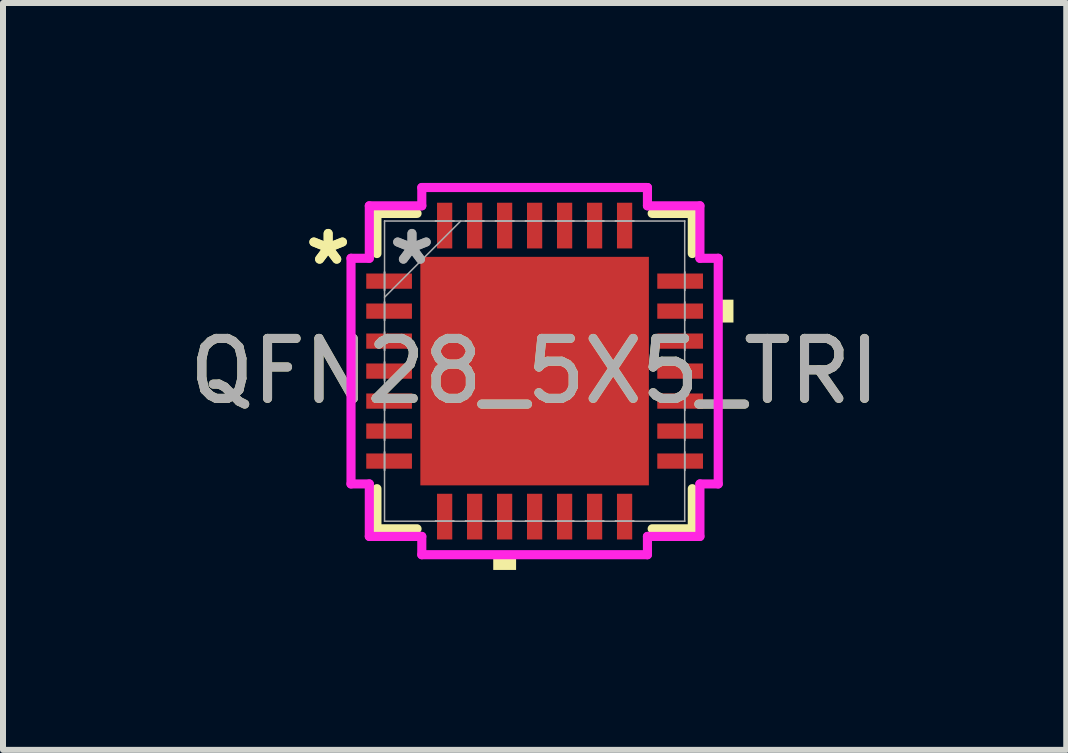
<source format=kicad_pcb>
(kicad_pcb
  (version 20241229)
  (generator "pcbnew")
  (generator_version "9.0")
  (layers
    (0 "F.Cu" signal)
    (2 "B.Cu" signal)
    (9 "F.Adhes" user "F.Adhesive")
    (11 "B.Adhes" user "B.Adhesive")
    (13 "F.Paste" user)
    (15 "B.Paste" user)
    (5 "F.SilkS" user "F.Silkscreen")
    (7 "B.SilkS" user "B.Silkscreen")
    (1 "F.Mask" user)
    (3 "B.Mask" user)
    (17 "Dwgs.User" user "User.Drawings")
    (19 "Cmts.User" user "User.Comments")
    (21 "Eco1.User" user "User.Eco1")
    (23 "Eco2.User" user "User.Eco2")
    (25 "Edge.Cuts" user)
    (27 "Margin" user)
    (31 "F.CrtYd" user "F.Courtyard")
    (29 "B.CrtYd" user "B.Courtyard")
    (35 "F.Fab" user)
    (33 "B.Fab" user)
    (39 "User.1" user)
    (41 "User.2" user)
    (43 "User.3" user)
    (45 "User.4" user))
  (footprint "QFN28_5X5_TRI"
    (layer "F.Cu")
    (at 5.863 3.137)
    (property "Reference" "QFN28_5X5_TRI" (at 0 0 0) (unlocked yes) (layer "F.SilkS") (effects (font (size 1 1) (thickness 0.15))))
    (attr smd)
    (fp_line (start -2.629 -2.629) (end -2.629 -1.96) (stroke (width 0.152) (type solid)) (layer "F.SilkS"))
    (fp_line (start -2.629 1.96) (end -2.629 2.629) (stroke (width 0.152) (type solid)) (layer "F.SilkS"))
    (fp_line (start -2.629 2.629) (end -1.96 2.629) (stroke (width 0.152) (type solid)) (layer "F.SilkS"))
    (fp_line (start -1.96 -2.629) (end -2.629 -2.629) (stroke (width 0.152) (type solid)) (layer "F.SilkS"))
    (fp_line (start 1.96 2.629) (end 2.629 2.629) (stroke (width 0.152) (type solid)) (layer "F.SilkS"))
    (fp_line (start 2.629 -2.629) (end 1.96 -2.629) (stroke (width 0.152) (type solid)) (layer "F.SilkS"))
    (fp_line (start 2.629 -1.96) (end 2.629 -2.629) (stroke (width 0.152) (type solid)) (layer "F.SilkS"))
    (fp_line (start 2.629 2.629) (end 2.629 1.96) (stroke (width 0.152) (type solid)) (layer "F.SilkS"))
    (fp_poly (pts (xy -0.69 3.061) (xy -0.69 3.315) (xy -0.309 3.315) (xy -0.309 3.061)) (stroke (width 0) (type solid)) (fill yes) (layer "F.SilkS"))
    (fp_poly (pts (xy 3.315 -1.191) (xy 3.315 -0.81) (xy 3.061 -0.81) (xy 3.061 -1.191)) (stroke (width 0) (type solid)) (fill yes) (layer "F.SilkS"))
    (fp_poly (pts (xy -1.805 -1.805) (xy -1.805 -0.735) (xy -0.735 -0.735) (xy -0.735 -1.805)) (stroke (width 0) (type solid)) (fill yes) (layer "F.Paste"))
    (fp_poly (pts (xy -1.805 -0.535) (xy -1.805 0.535) (xy -0.735 0.535) (xy -0.735 -0.535)) (stroke (width 0) (type solid)) (fill yes) (layer "F.Paste"))
    (fp_poly (pts (xy -1.805 0.735) (xy -1.805 1.805) (xy -0.735 1.805) (xy -0.735 0.735)) (stroke (width 0) (type solid)) (fill yes) (layer "F.Paste"))
    (fp_poly (pts (xy -0.535 -1.805) (xy -0.535 -0.735) (xy 0.535 -0.735) (xy 0.535 -1.805)) (stroke (width 0) (type solid)) (fill yes) (layer "F.Paste"))
    (fp_poly (pts (xy -0.535 -0.535) (xy -0.535 0.535) (xy 0.535 0.535) (xy 0.535 -0.535)) (stroke (width 0) (type solid)) (fill yes) (layer "F.Paste"))
    (fp_poly (pts (xy -0.535 0.735) (xy -0.535 1.805) (xy 0.535 1.805) (xy 0.535 0.735)) (stroke (width 0) (type solid)) (fill yes) (layer "F.Paste"))
    (fp_poly (pts (xy 0.735 -1.805) (xy 0.735 -0.735) (xy 1.805 -0.735) (xy 1.805 -1.805)) (stroke (width 0) (type solid)) (fill yes) (layer "F.Paste"))
    (fp_poly (pts (xy 0.735 -0.535) (xy 0.735 0.535) (xy 1.805 0.535) (xy 1.805 -0.535)) (stroke (width 0) (type solid)) (fill yes) (layer "F.Paste"))
    (fp_poly (pts (xy 0.735 0.735) (xy 0.735 1.805) (xy 1.805 1.805) (xy 1.805 0.735)) (stroke (width 0) (type solid)) (fill yes) (layer "F.Paste"))
    (fp_line (start -3.061 -1.881) (end -2.756 -1.881) (stroke (width 0.152) (type solid)) (layer "F.CrtYd"))
    (fp_line (start -3.061 1.881) (end -3.061 -1.881) (stroke (width 0.152) (type solid)) (layer "F.CrtYd"))
    (fp_line (start -2.756 -2.756) (end -1.881 -2.756) (stroke (width 0.152) (type solid)) (layer "F.CrtYd"))
    (fp_line (start -2.756 -1.881) (end -2.756 -2.756) (stroke (width 0.152) (type solid)) (layer "F.CrtYd"))
    (fp_line (start -2.756 1.881) (end -3.061 1.881) (stroke (width 0.152) (type solid)) (layer "F.CrtYd"))
    (fp_line (start -2.756 2.756) (end -2.756 1.881) (stroke (width 0.152) (type solid)) (layer "F.CrtYd"))
    (fp_line (start -1.881 -3.061) (end 1.881 -3.061) (stroke (width 0.152) (type solid)) (layer "F.CrtYd"))
    (fp_line (start -1.881 -2.756) (end -1.881 -3.061) (stroke (width 0.152) (type solid)) (layer "F.CrtYd"))
    (fp_line (start -1.881 2.756) (end -2.756 2.756) (stroke (width 0.152) (type solid)) (layer "F.CrtYd"))
    (fp_line (start -1.881 3.061) (end -1.881 2.756) (stroke (width 0.152) (type solid)) (layer "F.CrtYd"))
    (fp_line (start 1.881 -3.061) (end 1.881 -2.756) (stroke (width 0.152) (type solid)) (layer "F.CrtYd"))
    (fp_line (start 1.881 -2.756) (end 2.756 -2.756) (stroke (width 0.152) (type solid)) (layer "F.CrtYd"))
    (fp_line (start 1.881 2.756) (end 1.881 3.061) (stroke (width 0.152) (type solid)) (layer "F.CrtYd"))
    (fp_line (start 1.881 3.061) (end -1.881 3.061) (stroke (width 0.152) (type solid)) (layer "F.CrtYd"))
    (fp_line (start 2.756 -2.756) (end 2.756 -1.881) (stroke (width 0.152) (type solid)) (layer "F.CrtYd"))
    (fp_line (start 2.756 -1.881) (end 3.061 -1.881) (stroke (width 0.152) (type solid)) (layer "F.CrtYd"))
    (fp_line (start 2.756 1.881) (end 2.756 2.756) (stroke (width 0.152) (type solid)) (layer "F.CrtYd"))
    (fp_line (start 2.756 2.756) (end 1.881 2.756) (stroke (width 0.152) (type solid)) (layer "F.CrtYd"))
    (fp_line (start 3.061 -1.881) (end 3.061 1.881) (stroke (width 0.152) (type solid)) (layer "F.CrtYd"))
    (fp_line (start 3.061 1.881) (end 2.756 1.881) (stroke (width 0.152) (type solid)) (layer "F.CrtYd"))
    (fp_line (start -2.502 -2.502) (end -2.502 -2.502) (stroke (width 0.025) (type solid)) (layer "F.Fab"))
    (fp_line (start -2.502 -2.502) (end -2.502 2.502) (stroke (width 0.025) (type solid)) (layer "F.Fab"))
    (fp_line (start -2.502 -1.652) (end -2.502 -1.652) (stroke (width 0.025) (type solid)) (layer "F.Fab"))
    (fp_line (start -2.502 -1.652) (end -2.502 -1.348) (stroke (width 0.025) (type solid)) (layer "F.Fab"))
    (fp_line (start -2.502 -1.348) (end -2.502 -1.652) (stroke (width 0.025) (type solid)) (layer "F.Fab"))
    (fp_line (start -2.502 -1.348) (end -2.502 -1.348) (stroke (width 0.025) (type solid)) (layer "F.Fab"))
    (fp_line (start -2.502 -1.232) (end -1.232 -2.502) (stroke (width 0.025) (type solid)) (layer "F.Fab"))
    (fp_line (start -2.502 -1.152) (end -2.502 -1.152) (stroke (width 0.025) (type solid)) (layer "F.Fab"))
    (fp_line (start -2.502 -1.152) (end -2.502 -0.848) (stroke (width 0.025) (type solid)) (layer "F.Fab"))
    (fp_line (start -2.502 -0.848) (end -2.502 -1.152) (stroke (width 0.025) (type solid)) (layer "F.Fab"))
    (fp_line (start -2.502 -0.848) (end -2.502 -0.848) (stroke (width 0.025) (type solid)) (layer "F.Fab"))
    (fp_line (start -2.502 -0.652) (end -2.502 -0.652) (stroke (width 0.025) (type solid)) (layer "F.Fab"))
    (fp_line (start -2.502 -0.652) (end -2.502 -0.348) (stroke (width 0.025) (type solid)) (layer "F.Fab"))
    (fp_line (start -2.502 -0.348) (end -2.502 -0.652) (stroke (width 0.025) (type solid)) (layer "F.Fab"))
    (fp_line (start -2.502 -0.348) (end -2.502 -0.348) (stroke (width 0.025) (type solid)) (layer "F.Fab"))
    (fp_line (start -2.502 -0.152) (end -2.502 -0.152) (stroke (width 0.025) (type solid)) (layer "F.Fab"))
    (fp_line (start -2.502 -0.152) (end -2.502 0.152) (stroke (width 0.025) (type solid)) (layer "F.Fab"))
    (fp_line (start -2.502 0.152) (end -2.502 -0.152) (stroke (width 0.025) (type solid)) (layer "F.Fab"))
    (fp_line (start -2.502 0.152) (end -2.502 0.152) (stroke (width 0.025) (type solid)) (layer "F.Fab"))
    (fp_line (start -2.502 0.348) (end -2.502 0.348) (stroke (width 0.025) (type solid)) (layer "F.Fab"))
    (fp_line (start -2.502 0.348) (end -2.502 0.652) (stroke (width 0.025) (type solid)) (layer "F.Fab"))
    (fp_line (start -2.502 0.652) (end -2.502 0.348) (stroke (width 0.025) (type solid)) (layer "F.Fab"))
    (fp_line (start -2.502 0.652) (end -2.502 0.652) (stroke (width 0.025) (type solid)) (layer "F.Fab"))
    (fp_line (start -2.502 0.848) (end -2.502 0.848) (stroke (width 0.025) (type solid)) (layer "F.Fab"))
    (fp_line (start -2.502 0.848) (end -2.502 1.152) (stroke (width 0.025) (type solid)) (layer "F.Fab"))
    (fp_line (start -2.502 1.152) (end -2.502 0.848) (stroke (width 0.025) (type solid)) (layer "F.Fab"))
    (fp_line (start -2.502 1.152) (end -2.502 1.152) (stroke (width 0.025) (type solid)) (layer "F.Fab"))
    (fp_line (start -2.502 1.348) (end -2.502 1.348) (stroke (width 0.025) (type solid)) (layer "F.Fab"))
    (fp_line (start -2.502 1.348) (end -2.502 1.652) (stroke (width 0.025) (type solid)) (layer "F.Fab"))
    (fp_line (start -2.502 1.652) (end -2.502 1.348) (stroke (width 0.025) (type solid)) (layer "F.Fab"))
    (fp_line (start -2.502 1.652) (end -2.502 1.652) (stroke (width 0.025) (type solid)) (layer "F.Fab"))
    (fp_line (start -2.502 2.502) (end -2.502 2.502) (stroke (width 0.025) (type solid)) (layer "F.Fab"))
    (fp_line (start -2.502 2.502) (end 2.502 2.502) (stroke (width 0.025) (type solid)) (layer "F.Fab"))
    (fp_line (start -1.652 -2.502) (end -1.652 -2.502) (stroke (width 0.025) (type solid)) (layer "F.Fab"))
    (fp_line (start -1.652 -2.502) (end -1.348 -2.502) (stroke (width 0.025) (type solid)) (layer "F.Fab"))
    (fp_line (start -1.652 2.502) (end -1.652 2.502) (stroke (width 0.025) (type solid)) (layer "F.Fab"))
    (fp_line (start -1.652 2.502) (end -1.348 2.502) (stroke (width 0.025) (type solid)) (layer "F.Fab"))
    (fp_line (start -1.348 -2.502) (end -1.652 -2.502) (stroke (width 0.025) (type solid)) (layer "F.Fab"))
    (fp_line (start -1.348 -2.502) (end -1.348 -2.502) (stroke (width 0.025) (type solid)) (layer "F.Fab"))
    (fp_line (start -1.348 2.502) (end -1.652 2.502) (stroke (width 0.025) (type solid)) (layer "F.Fab"))
    (fp_line (start -1.348 2.502) (end -1.348 2.502) (stroke (width 0.025) (type solid)) (layer "F.Fab"))
    (fp_line (start -1.152 -2.502) (end -1.152 -2.502) (stroke (width 0.025) (type solid)) (layer "F.Fab"))
    (fp_line (start -1.152 -2.502) (end -0.848 -2.502) (stroke (width 0.025) (type solid)) (layer "F.Fab"))
    (fp_line (start -1.152 2.502) (end -1.152 2.502) (stroke (width 0.025) (type solid)) (layer "F.Fab"))
    (fp_line (start -1.152 2.502) (end -0.848 2.502) (stroke (width 0.025) (type solid)) (layer "F.Fab"))
    (fp_line (start -0.848 -2.502) (end -1.152 -2.502) (stroke (width 0.025) (type solid)) (layer "F.Fab"))
    (fp_line (start -0.848 -2.502) (end -0.848 -2.502) (stroke (width 0.025) (type solid)) (layer "F.Fab"))
    (fp_line (start -0.848 2.502) (end -1.152 2.502) (stroke (width 0.025) (type solid)) (layer "F.Fab"))
    (fp_line (start -0.848 2.502) (end -0.848 2.502) (stroke (width 0.025) (type solid)) (layer "F.Fab"))
    (fp_line (start -0.652 -2.502) (end -0.652 -2.502) (stroke (width 0.025) (type solid)) (layer "F.Fab"))
    (fp_line (start -0.652 -2.502) (end -0.348 -2.502) (stroke (width 0.025) (type solid)) (layer "F.Fab"))
    (fp_line (start -0.652 2.502) (end -0.652 2.502) (stroke (width 0.025) (type solid)) (layer "F.Fab"))
    (fp_line (start -0.652 2.502) (end -0.348 2.502) (stroke (width 0.025) (type solid)) (layer "F.Fab"))
    (fp_line (start -0.348 -2.502) (end -0.652 -2.502) (stroke (width 0.025) (type solid)) (layer "F.Fab"))
    (fp_line (start -0.348 -2.502) (end -0.348 -2.502) (stroke (width 0.025) (type solid)) (layer "F.Fab"))
    (fp_line (start -0.348 2.502) (end -0.652 2.502) (stroke (width 0.025) (type solid)) (layer "F.Fab"))
    (fp_line (start -0.348 2.502) (end -0.348 2.502) (stroke (width 0.025) (type solid)) (layer "F.Fab"))
    (fp_line (start -0.152 -2.502) (end -0.152 -2.502) (stroke (width 0.025) (type solid)) (layer "F.Fab"))
    (fp_line (start -0.152 -2.502) (end 0.152 -2.502) (stroke (width 0.025) (type solid)) (layer "F.Fab"))
    (fp_line (start -0.152 2.502) (end -0.152 2.502) (stroke (width 0.025) (type solid)) (layer "F.Fab"))
    (fp_line (start -0.152 2.502) (end 0.152 2.502) (stroke (width 0.025) (type solid)) (layer "F.Fab"))
    (fp_line (start 0.152 -2.502) (end -0.152 -2.502) (stroke (width 0.025) (type solid)) (layer "F.Fab"))
    (fp_line (start 0.152 -2.502) (end 0.152 -2.502) (stroke (width 0.025) (type solid)) (layer "F.Fab"))
    (fp_line (start 0.152 2.502) (end -0.152 2.502) (stroke (width 0.025) (type solid)) (layer "F.Fab"))
    (fp_line (start 0.152 2.502) (end 0.152 2.502) (stroke (width 0.025) (type solid)) (layer "F.Fab"))
    (fp_line (start 0.348 -2.502) (end 0.348 -2.502) (stroke (width 0.025) (type solid)) (layer "F.Fab"))
    (fp_line (start 0.348 -2.502) (end 0.652 -2.502) (stroke (width 0.025) (type solid)) (layer "F.Fab"))
    (fp_line (start 0.348 2.502) (end 0.348 2.502) (stroke (width 0.025) (type solid)) (layer "F.Fab"))
    (fp_line (start 0.348 2.502) (end 0.652 2.502) (stroke (width 0.025) (type solid)) (layer "F.Fab"))
    (fp_line (start 0.652 -2.502) (end 0.348 -2.502) (stroke (width 0.025) (type solid)) (layer "F.Fab"))
    (fp_line (start 0.652 -2.502) (end 0.652 -2.502) (stroke (width 0.025) (type solid)) (layer "F.Fab"))
    (fp_line (start 0.652 2.502) (end 0.348 2.502) (stroke (width 0.025) (type solid)) (layer "F.Fab"))
    (fp_line (start 0.652 2.502) (end 0.652 2.502) (stroke (width 0.025) (type solid)) (layer "F.Fab"))
    (fp_line (start 0.848 -2.502) (end 0.848 -2.502) (stroke (width 0.025) (type solid)) (layer "F.Fab"))
    (fp_line (start 0.848 -2.502) (end 1.152 -2.502) (stroke (width 0.025) (type solid)) (layer "F.Fab"))
    (fp_line (start 0.848 2.502) (end 0.848 2.502) (stroke (width 0.025) (type solid)) (layer "F.Fab"))
    (fp_line (start 0.848 2.502) (end 1.152 2.502) (stroke (width 0.025) (type solid)) (layer "F.Fab"))
    (fp_line (start 1.152 -2.502) (end 0.848 -2.502) (stroke (width 0.025) (type solid)) (layer "F.Fab"))
    (fp_line (start 1.152 -2.502) (end 1.152 -2.502) (stroke (width 0.025) (type solid)) (layer "F.Fab"))
    (fp_line (start 1.152 2.502) (end 0.848 2.502) (stroke (width 0.025) (type solid)) (layer "F.Fab"))
    (fp_line (start 1.152 2.502) (end 1.152 2.502) (stroke (width 0.025) (type solid)) (layer "F.Fab"))
    (fp_line (start 1.348 -2.502) (end 1.348 -2.502) (stroke (width 0.025) (type solid)) (layer "F.Fab"))
    (fp_line (start 1.348 -2.502) (end 1.652 -2.502) (stroke (width 0.025) (type solid)) (layer "F.Fab"))
    (fp_line (start 1.348 2.502) (end 1.348 2.502) (stroke (width 0.025) (type solid)) (layer "F.Fab"))
    (fp_line (start 1.348 2.502) (end 1.652 2.502) (stroke (width 0.025) (type solid)) (layer "F.Fab"))
    (fp_line (start 1.652 -2.502) (end 1.348 -2.502) (stroke (width 0.025) (type solid)) (layer "F.Fab"))
    (fp_line (start 1.652 -2.502) (end 1.652 -2.502) (stroke (width 0.025) (type solid)) (layer "F.Fab"))
    (fp_line (start 1.652 2.502) (end 1.348 2.502) (stroke (width 0.025) (type solid)) (layer "F.Fab"))
    (fp_line (start 1.652 2.502) (end 1.652 2.502) (stroke (width 0.025) (type solid)) (layer "F.Fab"))
    (fp_line (start 2.502 -2.502) (end -2.502 -2.502) (stroke (width 0.025) (type solid)) (layer "F.Fab"))
    (fp_line (start 2.502 -2.502) (end 2.502 -2.502) (stroke (width 0.025) (type solid)) (layer "F.Fab"))
    (fp_line (start 2.502 -1.652) (end 2.502 -1.652) (stroke (width 0.025) (type solid)) (layer "F.Fab"))
    (fp_line (start 2.502 -1.652) (end 2.502 -1.348) (stroke (width 0.025) (type solid)) (layer "F.Fab"))
    (fp_line (start 2.502 -1.348) (end 2.502 -1.652) (stroke (width 0.025) (type solid)) (layer "F.Fab"))
    (fp_line (start 2.502 -1.348) (end 2.502 -1.348) (stroke (width 0.025) (type solid)) (layer "F.Fab"))
    (fp_line (start 2.502 -1.152) (end 2.502 -1.152) (stroke (width 0.025) (type solid)) (layer "F.Fab"))
    (fp_line (start 2.502 -1.152) (end 2.502 -0.848) (stroke (width 0.025) (type solid)) (layer "F.Fab"))
    (fp_line (start 2.502 -0.848) (end 2.502 -1.152) (stroke (width 0.025) (type solid)) (layer "F.Fab"))
    (fp_line (start 2.502 -0.848) (end 2.502 -0.848) (stroke (width 0.025) (type solid)) (layer "F.Fab"))
    (fp_line (start 2.502 -0.652) (end 2.502 -0.652) (stroke (width 0.025) (type solid)) (layer "F.Fab"))
    (fp_line (start 2.502 -0.652) (end 2.502 -0.348) (stroke (width 0.025) (type solid)) (layer "F.Fab"))
    (fp_line (start 2.502 -0.348) (end 2.502 -0.652) (stroke (width 0.025) (type solid)) (layer "F.Fab"))
    (fp_line (start 2.502 -0.348) (end 2.502 -0.348) (stroke (width 0.025) (type solid)) (layer "F.Fab"))
    (fp_line (start 2.502 -0.152) (end 2.502 -0.152) (stroke (width 0.025) (type solid)) (layer "F.Fab"))
    (fp_line (start 2.502 -0.152) (end 2.502 0.152) (stroke (width 0.025) (type solid)) (layer "F.Fab"))
    (fp_line (start 2.502 0.152) (end 2.502 -0.152) (stroke (width 0.025) (type solid)) (layer "F.Fab"))
    (fp_line (start 2.502 0.152) (end 2.502 0.152) (stroke (width 0.025) (type solid)) (layer "F.Fab"))
    (fp_line (start 2.502 0.348) (end 2.502 0.348) (stroke (width 0.025) (type solid)) (layer "F.Fab"))
    (fp_line (start 2.502 0.348) (end 2.502 0.652) (stroke (width 0.025) (type solid)) (layer "F.Fab"))
    (fp_line (start 2.502 0.652) (end 2.502 0.348) (stroke (width 0.025) (type solid)) (layer "F.Fab"))
    (fp_line (start 2.502 0.652) (end 2.502 0.652) (stroke (width 0.025) (type solid)) (layer "F.Fab"))
    (fp_line (start 2.502 0.848) (end 2.502 0.848) (stroke (width 0.025) (type solid)) (layer "F.Fab"))
    (fp_line (start 2.502 0.848) (end 2.502 1.152) (stroke (width 0.025) (type solid)) (layer "F.Fab"))
    (fp_line (start 2.502 1.152) (end 2.502 0.848) (stroke (width 0.025) (type solid)) (layer "F.Fab"))
    (fp_line (start 2.502 1.152) (end 2.502 1.152) (stroke (width 0.025) (type solid)) (layer "F.Fab"))
    (fp_line (start 2.502 1.348) (end 2.502 1.348) (stroke (width 0.025) (type solid)) (layer "F.Fab"))
    (fp_line (start 2.502 1.348) (end 2.502 1.652) (stroke (width 0.025) (type solid)) (layer "F.Fab"))
    (fp_line (start 2.502 1.652) (end 2.502 1.348) (stroke (width 0.025) (type solid)) (layer "F.Fab"))
    (fp_line (start 2.502 1.652) (end 2.502 1.652) (stroke (width 0.025) (type solid)) (layer "F.Fab"))
    (fp_line (start 2.502 2.502) (end 2.502 -2.502) (stroke (width 0.025) (type solid)) (layer "F.Fab"))
    (fp_line (start 2.502 2.502) (end 2.502 2.502) (stroke (width 0.025) (type solid)) (layer "F.Fab"))
    (fp_text user "*" (at -3.442 -1.75 0) (layer "F.SilkS") (effects (font (size 1 1) (thickness 0.15))))
    (fp_text user "*" (at -3.442 -1.75 0) (unlocked yes) (layer "F.SilkS") (effects (font (size 1 1) (thickness 0.15))))
    (fp_text user "*" (at -2.045 -1.75 0) (layer "F.Fab") (effects (font (size 1 1) (thickness 0.15))))
    (fp_text user "${REFERENCE}" (at 0 0 0) (unlocked yes) (layer "F.Fab") (effects (font (size 1 1) (thickness 0.15))))
    (fp_text user "*" (at -2.045 -1.75 0) (unlocked yes) (layer "F.Fab") (effects (font (size 1 1) (thickness 0.15))))
    (pad "1" smd rect (at -2.426 -1.5 90) (size 0.254 0.762) (layers "F.Cu" "F.Mask" "F.Paste"))
    (pad "2" smd rect (at -2.426 -1 90) (size 0.254 0.762) (layers "F.Cu" "F.Mask" "F.Paste"))
    (pad "3" smd rect (at -2.426 -0.5 90) (size 0.254 0.762) (layers "F.Cu" "F.Mask" "F.Paste"))
    (pad "4" smd rect (at -2.426 0 90) (size 0.254 0.762) (layers "F.Cu" "F.Mask" "F.Paste"))
    (pad "5" smd rect (at -2.426 0.5 90) (size 0.254 0.762) (layers "F.Cu" "F.Mask" "F.Paste"))
    (pad "6" smd rect (at -2.426 1 90) (size 0.254 0.762) (layers "F.Cu" "F.Mask" "F.Paste"))
    (pad "7" smd rect (at -2.426 1.5 90) (size 0.254 0.762) (layers "F.Cu" "F.Mask" "F.Paste"))
    (pad "8" smd rect (at -1.5 2.426) (size 0.254 0.762) (layers "F.Cu" "F.Mask" "F.Paste"))
    (pad "9" smd rect (at -1 2.426) (size 0.254 0.762) (layers "F.Cu" "F.Mask" "F.Paste"))
    (pad "10" smd rect (at -0.5 2.426) (size 0.254 0.762) (layers "F.Cu" "F.Mask" "F.Paste"))
    (pad "11" smd rect (at 0 2.426) (size 0.254 0.762) (layers "F.Cu" "F.Mask" "F.Paste"))
    (pad "12" smd rect (at 0.5 2.426) (size 0.254 0.762) (layers "F.Cu" "F.Mask" "F.Paste"))
    (pad "13" smd rect (at 1 2.426) (size 0.254 0.762) (layers "F.Cu" "F.Mask" "F.Paste"))
    (pad "14" smd rect (at 1.5 2.426) (size 0.254 0.762) (layers "F.Cu" "F.Mask" "F.Paste"))
    (pad "15" smd rect (at 2.426 1.5 90) (size 0.254 0.762) (layers "F.Cu" "F.Mask" "F.Paste"))
    (pad "16" smd rect (at 2.426 1 90) (size 0.254 0.762) (layers "F.Cu" "F.Mask" "F.Paste"))
    (pad "17" smd rect (at 2.426 0.5 90) (size 0.254 0.762) (layers "F.Cu" "F.Mask" "F.Paste"))
    (pad "18" smd rect (at 2.426 0 90) (size 0.254 0.762) (layers "F.Cu" "F.Mask" "F.Paste"))
    (pad "19" smd rect (at 2.426 -0.5 90) (size 0.254 0.762) (layers "F.Cu" "F.Mask" "F.Paste"))
    (pad "20" smd rect (at 2.426 -1 90) (size 0.254 0.762) (layers "F.Cu" "F.Mask" "F.Paste"))
    (pad "21" smd rect (at 2.426 -1.5 90) (size 0.254 0.762) (layers "F.Cu" "F.Mask" "F.Paste"))
    (pad "22" smd rect (at 1.5 -2.426) (size 0.254 0.762) (layers "F.Cu" "F.Mask" "F.Paste"))
    (pad "23" smd rect (at 1 -2.426) (size 0.254 0.762) (layers "F.Cu" "F.Mask" "F.Paste"))
    (pad "24" smd rect (at 0.5 -2.426) (size 0.254 0.762) (layers "F.Cu" "F.Mask" "F.Paste"))
    (pad "25" smd rect (at 0 -2.426) (size 0.254 0.762) (layers "F.Cu" "F.Mask" "F.Paste"))
    (pad "26" smd rect (at -0.5 -2.426) (size 0.254 0.762) (layers "F.Cu" "F.Mask" "F.Paste"))
    (pad "27" smd rect (at -1 -2.426) (size 0.254 0.762) (layers "F.Cu" "F.Mask" "F.Paste"))
    (pad "28" smd rect (at -1.5 -2.426) (size 0.254 0.762) (layers "F.Cu" "F.Mask" "F.Paste"))
    (pad "29" smd rect (at 0 0) (size 3.81 3.81) (layers "F.Cu" "F.Mask" "F.Paste")))
  (gr_rect
    (start -3 -3)
    (end 14.726 9.452)
    (stroke (width 0.1) (type default))
    (fill no)
    (layer "Edge.Cuts")))
</source>
